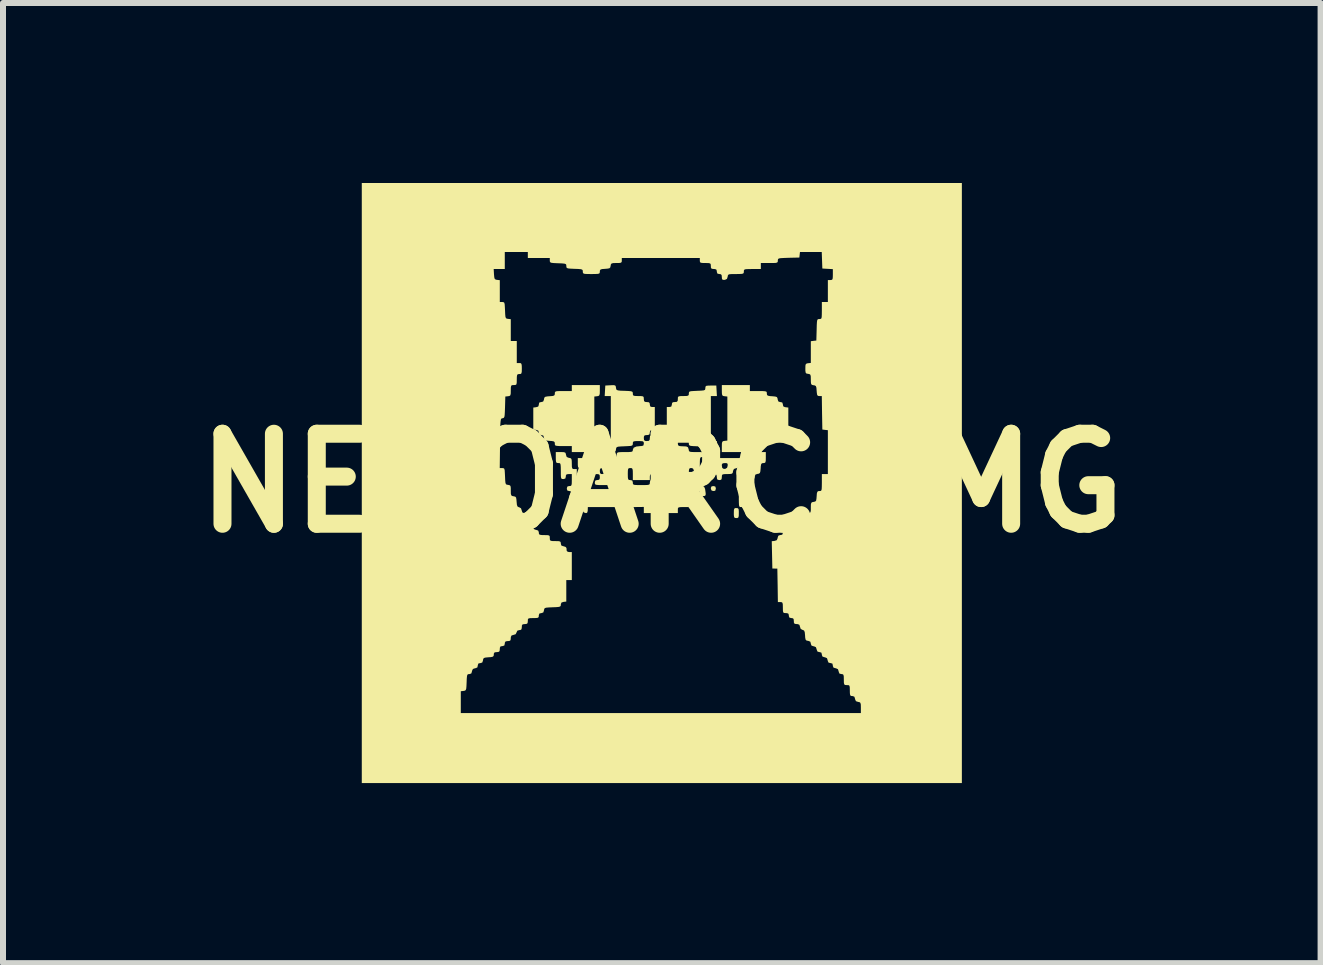
<source format=kicad_pcb>
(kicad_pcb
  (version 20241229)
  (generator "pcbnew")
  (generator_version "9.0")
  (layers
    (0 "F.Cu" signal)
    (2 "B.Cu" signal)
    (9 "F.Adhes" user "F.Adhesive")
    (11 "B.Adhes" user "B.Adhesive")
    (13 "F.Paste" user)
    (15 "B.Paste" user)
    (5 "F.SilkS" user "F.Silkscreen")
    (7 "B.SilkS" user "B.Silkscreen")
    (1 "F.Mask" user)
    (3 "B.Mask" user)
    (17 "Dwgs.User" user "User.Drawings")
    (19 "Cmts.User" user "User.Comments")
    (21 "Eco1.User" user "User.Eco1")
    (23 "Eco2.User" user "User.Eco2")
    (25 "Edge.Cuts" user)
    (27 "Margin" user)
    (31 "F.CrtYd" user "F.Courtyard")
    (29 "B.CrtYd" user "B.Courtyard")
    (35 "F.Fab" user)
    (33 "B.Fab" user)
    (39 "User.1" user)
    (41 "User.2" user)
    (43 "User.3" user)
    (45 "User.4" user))
  (footprint "NECOARC_IMG"
    (layer "F.Cu")
    (at 7.979 5)
    (property "Reference" "NECOARC_IMG" (at 0 0 0) (layer "F.SilkS") (effects (font (size 1.5 1.5) (thickness 0.3))))
    (attr board_only exclude_from_pos_files exclude_from_bom)
    (fp_poly (pts (xy 0.89 0.057) (xy 0.9 0.084) (xy 0.9 0.092) (xy 0.892 0.125) (xy 0.869 0.133) (xy 0.838 0.128) (xy 0.828 0.122) (xy 0.818 0.098) (xy 0.817 0.081) (xy 0.828 0.056) (xy 0.858 0.05)) (stroke (width 0) (type solid)) (fill yes) (layer "F.SilkS"))
    (fp_poly (pts (xy 0.623 0.24) (xy 0.633 0.267) (xy 0.633 0.275) (xy 0.626 0.307) (xy 0.599 0.316) (xy 0.592 0.317) (xy 0.56 0.31) (xy 0.55 0.283) (xy 0.55 0.275) (xy 0.557 0.243) (xy 0.584 0.234) (xy 0.592 0.233)) (stroke (width 0) (type solid)) (fill yes) (layer "F.SilkS"))
    (fp_poly (pts (xy -1.238 0.331) (xy -1.234 0.362) (xy -1.233 0.407) (xy -1.235 0.461) (xy -1.241 0.488) (xy -1.254 0.499) (xy -1.267 0.5) (xy -1.299 0.49) (xy -1.31 0.477) (xy -1.315 0.446) (xy -1.314 0.399) (xy -1.314 0.389) (xy -1.306 0.345) (xy -1.289 0.325) (xy -1.271 0.32) (xy -1.249 0.319)) (stroke (width 0) (type solid)) (fill yes) (layer "F.SilkS"))
    (fp_poly (pts (xy 1.266 0.419) (xy 1.279 0.433) (xy 1.283 0.467) (xy 1.283 0.5) (xy 1.282 0.549) (xy 1.275 0.574) (xy 1.258 0.583) (xy 1.242 0.583) (xy 1.217 0.581) (xy 1.205 0.567) (xy 1.2 0.533) (xy 1.2 0.5) (xy 1.201 0.451) (xy 1.208 0.426) (xy 1.225 0.417) (xy 1.242 0.417)) (stroke (width 0) (type solid)) (fill yes) (layer "F.SilkS"))
    (fp_poly (pts (xy 1.346 0.135) (xy 1.358 0.144) (xy 1.364 0.167) (xy 1.366 0.21) (xy 1.367 0.267) (xy 1.366 0.333) (xy 1.363 0.372) (xy 1.356 0.392) (xy 1.343 0.399) (xy 1.325 0.4) (xy 1.304 0.399) (xy 1.292 0.39) (xy 1.286 0.367) (xy 1.284 0.323) (xy 1.283 0.267) (xy 1.284 0.201) (xy 1.287 0.161) (xy 1.294 0.141) (xy 1.307 0.134) (xy 1.325 0.133)) (stroke (width 0) (type solid)) (fill yes) (layer "F.SilkS"))
    (fp_poly (pts (xy 1.733 -0.425) (xy 1.732 -0.372) (xy 1.726 -0.345) (xy 1.712 -0.335) (xy 1.693 -0.333) (xy 1.669 -0.33) (xy 1.656 -0.316) (xy 1.649 -0.281) (xy 1.647 -0.246) (xy 1.642 -0.195) (xy 1.634 -0.168) (xy 1.616 -0.156) (xy 1.596 -0.153) (xy 1.561 -0.142) (xy 1.55 -0.115) (xy 1.55 -0.107) (xy 1.543 -0.076) (xy 1.514 -0.067) (xy 1.509 -0.067) (xy 1.486 -0.064) (xy 1.473 -0.051) (xy 1.467 -0.019) (xy 1.463 0.029) (xy 1.459 0.084) (xy 1.451 0.114) (xy 1.436 0.127) (xy 1.421 0.13) (xy 1.405 0.131) (xy 1.394 0.125) (xy 1.387 0.107) (xy 1.384 0.07) (xy 1.383 0.009) (xy 1.383 -0.049) (xy 1.383 -0.233) (xy 1.425 -0.233) (xy 1.445 -0.235) (xy 1.457 -0.243) (xy 1.464 -0.265) (xy 1.466 -0.307) (xy 1.467 -0.375) (xy 1.467 -0.517) (xy 1.6 -0.517) (xy 1.733 -0.517)) (stroke (width 0) (type solid)) (fill yes) (layer "F.SilkS"))
    (fp_poly (pts (xy 1.367 -0.375) (xy 1.36 -0.343) (xy 1.333 -0.334) (xy 1.325 -0.333) (xy 1.293 -0.326) (xy 1.283 -0.299) (xy 1.283 -0.293) (xy 1.276 -0.261) (xy 1.247 -0.248) (xy 1.238 -0.247) (xy 1.202 -0.235) (xy 1.187 -0.203) (xy 1.186 -0.196) (xy 1.181 -0.169) (xy 1.167 -0.156) (xy 1.136 -0.151) (xy 1.091 -0.15) (xy 1.039 -0.149) (xy 1.012 -0.143) (xy 1.002 -0.129) (xy 1 -0.1) (xy 0.996 -0.064) (xy 0.976 -0.051) (xy 0.958 -0.05) (xy 0.928 -0.056) (xy 0.918 -0.079) (xy 0.917 -0.099) (xy 0.911 -0.135) (xy 0.889 -0.15) (xy 0.871 -0.153) (xy 0.835 -0.165) (xy 0.821 -0.197) (xy 0.82 -0.204) (xy 0.809 -0.239) (xy 0.782 -0.25) (xy 0.774 -0.25) (xy 0.75 -0.253) (xy 0.738 -0.267) (xy 0.735 -0.294) (xy 1 -0.294) (xy 1.007 -0.252) (xy 1.032 -0.236) (xy 1.058 -0.237) (xy 1.087 -0.255) (xy 1.097 -0.287) (xy 1.097 -0.32) (xy 1.08 -0.332) (xy 1.051 -0.333) (xy 1.015 -0.329) (xy 1.001 -0.311) (xy 1 -0.294) (xy 0.735 -0.294) (xy 0.734 -0.301) (xy 0.733 -0.333) (xy 0.733 -0.417) (xy 1.05 -0.417) (xy 1.367 -0.417)) (stroke (width 0) (type solid)) (fill yes) (layer "F.SilkS"))
    (fp_poly (pts (xy -1.033 -1.543) (xy -1.034 -1.491) (xy -1.041 -1.463) (xy -1.056 -1.451) (xy -1.079 -1.447) (xy -1.125 -1.442) (xy -1.125 -1.075) (xy -1.125 -0.708) (xy -1.079 -0.703) (xy -1.053 -0.698) (xy -1.039 -0.684) (xy -1.034 -0.653) (xy -1.033 -0.607) (xy -1.033 -0.517) (xy -1.267 -0.517) (xy -1.5 -0.517) (xy -1.5 -0.567) (xy -1.5 -0.617) (xy -1.642 -0.617) (xy -1.71 -0.617) (xy -1.752 -0.62) (xy -1.774 -0.626) (xy -1.782 -0.638) (xy -1.783 -0.657) (xy -1.786 -0.681) (xy -1.801 -0.694) (xy -1.835 -0.701) (xy -1.871 -0.703) (xy -1.922 -0.708) (xy -1.949 -0.716) (xy -1.96 -0.734) (xy -1.964 -0.754) (xy -1.974 -0.789) (xy -2.001 -0.8) (xy -2.009 -0.8) (xy -2.041 -0.807) (xy -2.05 -0.836) (xy -2.05 -0.841) (xy -2.058 -0.872) (xy -2.087 -0.885) (xy -2.096 -0.886) (xy -2.142 -0.892) (xy -2.142 -1.075) (xy -2.142 -1.258) (xy -2.096 -1.264) (xy -2.061 -1.274) (xy -2.05 -1.301) (xy -2.05 -1.309) (xy -2.043 -1.341) (xy -2.014 -1.35) (xy -2.009 -1.35) (xy -1.978 -1.358) (xy -1.965 -1.387) (xy -1.964 -1.396) (xy -1.958 -1.423) (xy -1.943 -1.437) (xy -1.909 -1.444) (xy -1.871 -1.447) (xy -1.82 -1.451) (xy -1.794 -1.459) (xy -1.784 -1.476) (xy -1.783 -1.493) (xy -1.782 -1.512) (xy -1.773 -1.524) (xy -1.751 -1.531) (xy -1.708 -1.533) (xy -1.642 -1.533) (xy -1.5 -1.533) (xy -1.5 -1.583) (xy -1.5 -1.633) (xy -1.267 -1.633) (xy -1.033 -1.633)) (stroke (width 0) (type solid)) (fill yes) (layer "F.SilkS"))
    (fp_poly (pts (xy 1.467 -1.583) (xy 1.467 -1.533) (xy 1.608 -1.533) (xy 1.677 -1.533) (xy 1.719 -1.53) (xy 1.741 -1.524) (xy 1.749 -1.512) (xy 1.75 -1.493) (xy 1.753 -1.469) (xy 1.768 -1.456) (xy 1.802 -1.449) (xy 1.837 -1.447) (xy 1.889 -1.442) (xy 1.916 -1.434) (xy 1.927 -1.416) (xy 1.93 -1.396) (xy 1.941 -1.361) (xy 1.968 -1.35) (xy 1.976 -1.35) (xy 2.007 -1.343) (xy 2.017 -1.314) (xy 2.017 -1.309) (xy 2.024 -1.278) (xy 2.053 -1.265) (xy 2.062 -1.264) (xy 2.108 -1.258) (xy 2.108 -1.075) (xy 2.108 -0.892) (xy 2.062 -0.886) (xy 2.028 -0.876) (xy 2.017 -0.849) (xy 2.017 -0.841) (xy 2.009 -0.809) (xy 1.981 -0.8) (xy 1.976 -0.8) (xy 1.945 -0.792) (xy 1.932 -0.763) (xy 1.93 -0.754) (xy 1.924 -0.727) (xy 1.909 -0.713) (xy 1.876 -0.706) (xy 1.837 -0.703) (xy 1.786 -0.699) (xy 1.76 -0.691) (xy 1.751 -0.674) (xy 1.75 -0.657) (xy 1.749 -0.638) (xy 1.74 -0.626) (xy 1.718 -0.619) (xy 1.675 -0.617) (xy 1.608 -0.617) (xy 1.467 -0.617) (xy 1.467 -0.567) (xy 1.467 -0.517) (xy 1.233 -0.517) (xy 1 -0.517) (xy 1 -0.607) (xy 1.001 -0.659) (xy 1.007 -0.687) (xy 1.023 -0.699) (xy 1.046 -0.703) (xy 1.092 -0.708) (xy 1.092 -1.075) (xy 1.092 -1.442) (xy 1.046 -1.447) (xy 1.019 -1.452) (xy 1.006 -1.466) (xy 1.001 -1.497) (xy 1 -1.543) (xy 1 -1.633) (xy 1.233 -1.633) (xy 1.467 -1.633)) (stroke (width 0) (type solid)) (fill yes) (layer "F.SilkS"))
    (fp_poly (pts (xy -1.635 -0.515) (xy -1.61 -0.508) (xy -1.6 -0.489) (xy -1.597 -0.471) (xy -1.585 -0.435) (xy -1.553 -0.421) (xy -1.546 -0.42) (xy -1.519 -0.414) (xy -1.506 -0.401) (xy -1.501 -0.37) (xy -1.5 -0.324) (xy -1.499 -0.272) (xy -1.493 -0.245) (xy -1.479 -0.235) (xy -1.458 -0.233) (xy -1.417 -0.233) (xy -1.417 -0.05) (xy -1.417 0.133) (xy -1.367 0.133) (xy -1.338 0.135) (xy -1.323 0.145) (xy -1.318 0.172) (xy -1.317 0.224) (xy -1.317 0.225) (xy -1.318 0.277) (xy -1.323 0.305) (xy -1.338 0.315) (xy -1.358 0.317) (xy -1.388 0.311) (xy -1.399 0.288) (xy -1.4 0.267) (xy -1.404 0.231) (xy -1.424 0.218) (xy -1.45 0.217) (xy -1.486 0.212) (xy -1.499 0.193) (xy -1.5 0.175) (xy -1.507 0.143) (xy -1.534 0.134) (xy -1.542 0.133) (xy -1.573 0.126) (xy -1.583 0.099) (xy -1.583 0.092) (xy -1.576 0.06) (xy -1.549 0.05) (xy -1.542 0.05) (xy -1.519 0.048) (xy -1.506 0.036) (xy -1.501 0.007) (xy -1.5 -0.046) (xy -1.5 -0.05) (xy -1.5 -0.15) (xy -1.55 -0.15) (xy -1.586 -0.146) (xy -1.599 -0.126) (xy -1.6 -0.108) (xy -1.607 -0.077) (xy -1.634 -0.067) (xy -1.642 -0.067) (xy -1.662 -0.068) (xy -1.675 -0.077) (xy -1.681 -0.1) (xy -1.683 -0.144) (xy -1.683 -0.2) (xy -1.684 -0.266) (xy -1.687 -0.306) (xy -1.694 -0.326) (xy -1.707 -0.333) (xy -1.725 -0.333) (xy -1.749 -0.336) (xy -1.761 -0.348) (xy -1.766 -0.379) (xy -1.767 -0.425) (xy -1.767 -0.517) (xy -1.684 -0.517)) (stroke (width 0) (type solid)) (fill yes) (layer "F.SilkS"))
    (fp_poly (pts (xy -0.778 -1.627) (xy -0.768 -1.612) (xy -0.764 -1.588) (xy -0.76 -1.565) (xy -0.75 -1.551) (xy -0.728 -1.544) (xy -0.686 -1.539) (xy -0.621 -1.537) (xy -0.553 -1.534) (xy -0.513 -1.53) (xy -0.492 -1.522) (xy -0.484 -1.508) (xy -0.483 -1.491) (xy -0.481 -1.468) (xy -0.468 -1.455) (xy -0.437 -1.451) (xy -0.392 -1.45) (xy -0.339 -1.449) (xy -0.312 -1.444) (xy -0.302 -1.429) (xy -0.3 -1.401) (xy -0.3 -1.4) (xy -0.296 -1.365) (xy -0.276 -1.352) (xy -0.25 -1.35) (xy -0.214 -1.346) (xy -0.201 -1.326) (xy -0.2 -1.308) (xy -0.193 -1.277) (xy -0.166 -1.267) (xy -0.158 -1.267) (xy -0.117 -1.267) (xy -0.117 -1.075) (xy -0.117 -0.883) (xy -0.017 -0.883) (xy 0.083 -0.883) (xy 0.083 -1.075) (xy 0.083 -1.267) (xy 0.125 -1.267) (xy 0.157 -1.274) (xy 0.166 -1.301) (xy 0.167 -1.308) (xy 0.172 -1.338) (xy 0.195 -1.349) (xy 0.217 -1.35) (xy 0.252 -1.354) (xy 0.265 -1.374) (xy 0.267 -1.4) (xy 0.268 -1.429) (xy 0.278 -1.443) (xy 0.305 -1.449) (xy 0.357 -1.45) (xy 0.358 -1.45) (xy 0.411 -1.451) (xy 0.438 -1.457) (xy 0.449 -1.471) (xy 0.45 -1.491) (xy 0.452 -1.511) (xy 0.461 -1.524) (xy 0.485 -1.531) (xy 0.529 -1.534) (xy 0.588 -1.537) (xy 0.655 -1.54) (xy 0.696 -1.544) (xy 0.717 -1.552) (xy 0.724 -1.565) (xy 0.725 -1.583) (xy 0.728 -1.607) (xy 0.741 -1.62) (xy 0.772 -1.624) (xy 0.817 -1.625) (xy 0.908 -1.625) (xy 0.913 -1.538) (xy 0.918 -1.45) (xy 0.868 -1.45) (xy 0.817 -1.45) (xy 0.817 -1.075) (xy 0.817 -0.7) (xy 0.868 -0.7) (xy 0.918 -0.7) (xy 0.913 -0.613) (xy 0.908 -0.525) (xy 0.822 -0.52) (xy 0.771 -0.518) (xy 0.745 -0.523) (xy 0.734 -0.538) (xy 0.73 -0.562) (xy 0.727 -0.585) (xy 0.717 -0.599) (xy 0.695 -0.606) (xy 0.652 -0.611) (xy 0.588 -0.613) (xy 0.52 -0.616) (xy 0.479 -0.62) (xy 0.459 -0.628) (xy 0.451 -0.642) (xy 0.45 -0.659) (xy 0.448 -0.682) (xy 0.435 -0.695) (xy 0.403 -0.699) (xy 0.358 -0.7) (xy 0.306 -0.699) (xy 0.278 -0.693) (xy 0.268 -0.679) (xy 0.267 -0.658) (xy 0.272 -0.629) (xy 0.294 -0.617) (xy 0.321 -0.614) (xy 0.37 -0.612) (xy 0.408 -0.61) (xy 0.436 -0.596) (xy 0.447 -0.562) (xy 0.451 -0.54) (xy 0.46 -0.526) (xy 0.483 -0.519) (xy 0.526 -0.517) (xy 0.584 -0.517) (xy 0.65 -0.516) (xy 0.69 -0.513) (xy 0.709 -0.506) (xy 0.716 -0.492) (xy 0.717 -0.475) (xy 0.71 -0.443) (xy 0.683 -0.434) (xy 0.675 -0.433) (xy 0.655 -0.432) (xy 0.643 -0.424) (xy 0.636 -0.402) (xy 0.634 -0.36) (xy 0.633 -0.292) (xy 0.634 -0.223) (xy 0.636 -0.181) (xy 0.643 -0.159) (xy 0.655 -0.151) (xy 0.674 -0.15) (xy 0.716 -0.141) (xy 0.73 -0.112) (xy 0.725 -0.083) (xy 0.701 -0.055) (xy 0.673 -0.05) (xy 0.643 -0.045) (xy 0.635 -0.023) (xy 0.636 -0.004) (xy 0.651 0.034) (xy 0.677 0.047) (xy 0.704 0.06) (xy 0.72 0.096) (xy 0.723 0.113) (xy 0.731 0.17) (xy 0.73 0.201) (xy 0.716 0.214) (xy 0.687 0.217) (xy 0.683 0.217) (xy 0.648 0.212) (xy 0.635 0.193) (xy 0.633 0.175) (xy 0.628 0.145) (xy 0.605 0.134) (xy 0.583 0.133) (xy 0.548 0.138) (xy 0.535 0.157) (xy 0.533 0.175) (xy 0.526 0.207) (xy 0.499 0.216) (xy 0.492 0.217) (xy 0.46 0.21) (xy 0.45 0.183) (xy 0.45 0.175) (xy 0.445 0.145) (xy 0.422 0.134) (xy 0.399 0.133) (xy 0.364 0.137) (xy 0.352 0.153) (xy 0.353 0.179) (xy 0.365 0.215) (xy 0.397 0.229) (xy 0.404 0.23) (xy 0.432 0.236) (xy 0.445 0.251) (xy 0.45 0.285) (xy 0.45 0.318) (xy 0.45 0.4) (xy 0.358 0.4) (xy 0.306 0.401) (xy 0.279 0.406) (xy 0.268 0.421) (xy 0.267 0.449) (xy 0.267 0.45) (xy 0.267 0.5) (xy -0.017 0.5) (xy -0.3 0.5) (xy -0.3 0.449) (xy -0.3 0.398) (xy -0.463 0.4) (xy -0.534 0.401) (xy -0.595 0.401) (xy -0.635 0.401) (xy -0.646 0.401) (xy -0.662 0.386) (xy -0.667 0.359) (xy -0.674 0.328) (xy -0.703 0.315) (xy -0.713 0.314) (xy -0.747 0.303) (xy -0.758 0.276) (xy -0.759 0.267) (xy -0.762 0.242) (xy -0.776 0.229) (xy -0.81 0.223) (xy -0.846 0.22) (xy -0.897 0.216) (xy -0.923 0.207) (xy -0.932 0.191) (xy -0.933 0.174) (xy -0.926 0.143) (xy -0.899 0.133) (xy -0.892 0.133) (xy -0.862 0.128) (xy -0.851 0.105) (xy -0.85 0.083) (xy -0.85 0.033) (xy -0.983 0.033) (xy -1.049 0.033) (xy -1.089 0.03) (xy -1.109 0.023) (xy -1.116 0.009) (xy -1.117 -0.008) (xy -1.11 -0.04) (xy -1.083 -0.05) (xy -1.075 -0.05) (xy -1.045 -0.055) (xy -1.034 -0.078) (xy -1.033 -0.1) (xy -1.037 -0.135) (xy -1.057 -0.148) (xy -1.083 -0.15) (xy -1.119 -0.146) (xy -1.132 -0.126) (xy -1.133 -0.108) (xy -1.14 -0.077) (xy -1.167 -0.067) (xy -1.175 -0.067) (xy -1.207 -0.074) (xy -1.217 -0.101) (xy -1.217 -0.107) (xy -1.224 -0.139) (xy -1.253 -0.152) (xy -1.262 -0.153) (xy -1.298 -0.165) (xy -1.313 -0.197) (xy -1.313 -0.2) (xy -1.033 -0.2) (xy -1.029 -0.164) (xy -1.01 -0.151) (xy -0.992 -0.15) (xy -0.567 -0.15) (xy -0.566 -0.095) (xy -0.561 -0.065) (xy -0.549 -0.052) (xy -0.526 -0.05) (xy -0.525 -0.05) (xy -0.493 -0.043) (xy -0.484 -0.016) (xy -0.483 -0.008) (xy -0.482 0.012) (xy -0.474 0.024) (xy -0.452 0.031) (xy -0.41 0.033) (xy -0.342 0.033) (xy -0.273 0.033) (xy -0.231 0.031) (xy -0.209 0.024) (xy -0.201 0.012) (xy -0.2 -0.008) (xy -0.193 -0.04) (xy -0.166 -0.05) (xy -0.158 -0.05) (xy -0.129 -0.055) (xy -0.118 -0.078) (xy -0.117 -0.1) (xy -0.117 -0.15) (xy -0.017 -0.15) (xy 0.083 -0.15) (xy 0.083 -0.1) (xy 0.088 -0.064) (xy 0.107 -0.051) (xy 0.125 -0.05) (xy 0.157 -0.043) (xy 0.167 -0.016) (xy 0.167 -0.009) (xy 0.169 0.013) (xy 0.181 0.026) (xy 0.211 0.033) (xy 0.266 0.037) (xy 0.271 0.038) (xy 0.329 0.04) (xy 0.376 0.04) (xy 0.397 0.038) (xy 0.429 0.034) (xy 0.435 0.033) (xy 0.446 0.019) (xy 0.45 -0.008) (xy 0.457 -0.04) (xy 0.484 -0.05) (xy 0.491 -0.05) (xy 0.524 -0.055) (xy 0.542 -0.073) (xy 0.546 -0.111) (xy 0.54 -0.166) (xy 0.532 -0.216) (xy 0.52 -0.241) (xy 0.501 -0.249) (xy 0.49 -0.25) (xy 0.468 -0.248) (xy 0.456 -0.235) (xy 0.451 -0.205) (xy 0.45 -0.15) (xy 0.45 -0.05) (xy 0.308 -0.05) (xy 0.167 -0.05) (xy 0.167 -0.1) (xy 0.162 -0.136) (xy 0.143 -0.149) (xy 0.126 -0.15) (xy 0.095 -0.158) (xy 0.082 -0.187) (xy 0.08 -0.196) (xy 0.075 -0.222) (xy 0.061 -0.236) (xy 0.031 -0.241) (xy -0.017 -0.242) (xy -0.069 -0.241) (xy -0.097 -0.235) (xy -0.109 -0.22) (xy -0.114 -0.196) (xy -0.124 -0.161) (xy -0.151 -0.15) (xy -0.159 -0.15) (xy -0.188 -0.144) (xy -0.199 -0.121) (xy -0.2 -0.1) (xy -0.2 -0.05) (xy -0.342 -0.05) (xy -0.483 -0.05) (xy -0.483 -0.15) (xy -0.484 -0.205) (xy -0.489 -0.235) (xy -0.501 -0.248) (xy -0.524 -0.25) (xy -0.525 -0.25) (xy -0.548 -0.248) (xy -0.561 -0.236) (xy -0.566 -0.207) (xy -0.567 -0.154) (xy -0.567 -0.15) (xy -0.992 -0.15) (xy -0.962 -0.155) (xy -0.951 -0.178) (xy -0.95 -0.2) (xy -0.954 -0.236) (xy -0.974 -0.249) (xy -0.992 -0.25) (xy -1.021 -0.245) (xy -1.032 -0.222) (xy -1.033 -0.2) (xy -1.313 -0.2) (xy -1.314 -0.204) (xy -1.324 -0.239) (xy -1.351 -0.25) (xy -1.359 -0.25) (xy -1.384 -0.253) (xy -1.396 -0.267) (xy -1.4 -0.301) (xy -1.4 -0.333) (xy -1.4 -0.416) (xy -1.079 -0.42) (xy -0.758 -0.425) (xy -0.753 -0.471) (xy -0.749 -0.494) (xy -0.74 -0.507) (xy -0.717 -0.514) (xy -0.674 -0.516) (xy -0.616 -0.517) (xy -0.55 -0.517) (xy -0.51 -0.52) (xy -0.491 -0.527) (xy -0.484 -0.541) (xy -0.483 -0.556) (xy -0.469 -0.589) (xy -0.424 -0.609) (xy -0.349 -0.617) (xy -0.34 -0.617) (xy -0.309 -0.624) (xy -0.3 -0.652) (xy -0.3 -0.658) (xy -0.302 -0.682) (xy -0.315 -0.695) (xy -0.346 -0.699) (xy -0.392 -0.7) (xy -0.444 -0.699) (xy -0.472 -0.693) (xy -0.482 -0.679) (xy -0.483 -0.659) (xy -0.485 -0.639) (xy -0.494 -0.626) (xy -0.518 -0.619) (xy -0.563 -0.616) (xy -0.621 -0.613) (xy -0.688 -0.61) (xy -0.729 -0.606) (xy -0.751 -0.598) (xy -0.76 -0.584) (xy -0.764 -0.562) (xy -0.769 -0.535) (xy -0.782 -0.521) (xy -0.812 -0.518) (xy -0.855 -0.52) (xy -0.942 -0.525) (xy -0.947 -0.613) (xy -0.952 -0.7) (xy -0.901 -0.7) (xy -0.85 -0.7) (xy -0.85 -0.75) (xy -0.3 -0.75) (xy -0.296 -0.715) (xy -0.276 -0.702) (xy -0.25 -0.7) (xy -0.215 -0.704) (xy -0.202 -0.724) (xy -0.2 -0.75) (xy -0.196 -0.786) (xy -0.176 -0.799) (xy -0.158 -0.8) (xy -0.127 -0.807) (xy -0.117 -0.834) (xy -0.117 -0.842) (xy 0.083 -0.842) (xy 0.09 -0.81) (xy 0.117 -0.8) (xy 0.125 -0.8) (xy 0.157 -0.793) (xy 0.167 -0.766) (xy 0.167 -0.761) (xy 0.173 -0.72) (xy 0.198 -0.702) (xy 0.228 -0.7) (xy 0.256 -0.706) (xy 0.266 -0.731) (xy 0.267 -0.75) (xy 0.263 -0.785) (xy 0.243 -0.798) (xy 0.217 -0.8) (xy 0.181 -0.804) (xy 0.168 -0.824) (xy 0.167 -0.842) (xy 0.16 -0.873) (xy 0.133 -0.883) (xy 0.125 -0.883) (xy 0.093 -0.876) (xy 0.084 -0.849) (xy 0.083 -0.842) (xy -0.117 -0.842) (xy -0.124 -0.873) (xy -0.151 -0.883) (xy -0.158 -0.883) (xy -0.19 -0.876) (xy -0.2 -0.849) (xy -0.2 -0.842) (xy -0.205 -0.812) (xy -0.228 -0.801) (xy -0.25 -0.8) (xy -0.285 -0.796) (xy -0.298 -0.776) (xy -0.3 -0.75) (xy -0.85 -0.75) (xy -0.85 -1.075) (xy -0.85 -1.45) (xy -0.901 -1.45) (xy -0.952 -1.45) (xy -0.947 -1.538) (xy -0.942 -1.625) (xy -0.855 -1.63) (xy -0.805 -1.632)) (stroke (width 0) (type solid)) (fill yes) (layer "F.SilkS"))
    (fp_poly (pts (xy 5 0) (xy 5 5) (xy 0 5) (xy -5 5) (xy -5 3.833) (xy -3.35 3.833) (xy -0.017 3.833) (xy 3.317 3.833) (xy 3.317 3.743) (xy 3.316 3.691) (xy 3.309 3.663) (xy 3.294 3.651) (xy 3.271 3.647) (xy 3.235 3.635) (xy 3.221 3.603) (xy 3.22 3.596) (xy 3.209 3.561) (xy 3.182 3.55) (xy 3.174 3.55) (xy 3.151 3.547) (xy 3.139 3.534) (xy 3.134 3.503) (xy 3.133 3.458) (xy 3.132 3.406) (xy 3.127 3.379) (xy 3.112 3.368) (xy 3.084 3.367) (xy 3.083 3.367) (xy 3.055 3.365) (xy 3.04 3.355) (xy 3.034 3.328) (xy 3.033 3.276) (xy 3.033 3.275) (xy 3.032 3.222) (xy 3.026 3.195) (xy 3.012 3.185) (xy 2.993 3.183) (xy 2.961 3.176) (xy 2.948 3.147) (xy 2.947 3.138) (xy 2.935 3.102) (xy 2.903 3.087) (xy 2.896 3.086) (xy 2.861 3.076) (xy 2.85 3.049) (xy 2.85 3.041) (xy 2.843 3.009) (xy 2.814 3) (xy 2.809 3) (xy 2.778 2.992) (xy 2.765 2.963) (xy 2.764 2.954) (xy 2.752 2.918) (xy 2.72 2.904) (xy 2.712 2.903) (xy 2.678 2.892) (xy 2.667 2.865) (xy 2.667 2.857) (xy 2.659 2.826) (xy 2.631 2.817) (xy 2.626 2.817) (xy 2.595 2.809) (xy 2.582 2.78) (xy 2.58 2.771) (xy 2.568 2.735) (xy 2.537 2.721) (xy 2.529 2.72) (xy 2.495 2.709) (xy 2.484 2.682) (xy 2.483 2.675) (xy 2.475 2.644) (xy 2.445 2.631) (xy 2.438 2.63) (xy 2.41 2.624) (xy 2.396 2.609) (xy 2.389 2.575) (xy 2.387 2.539) (xy 2.382 2.487) (xy 2.372 2.46) (xy 2.354 2.449) (xy 2.345 2.447) (xy 2.314 2.43) (xy 2.303 2.396) (xy 2.293 2.363) (xy 2.268 2.351) (xy 2.249 2.35) (xy 2.214 2.346) (xy 2.201 2.326) (xy 2.2 2.3) (xy 2.196 2.264) (xy 2.176 2.251) (xy 2.158 2.25) (xy 2.127 2.243) (xy 2.117 2.216) (xy 2.117 2.208) (xy 2.111 2.179) (xy 2.088 2.168) (xy 2.067 2.167) (xy 2.038 2.165) (xy 2.023 2.155) (xy 2.018 2.128) (xy 2.017 2.076) (xy 2.017 2.075) (xy 2.016 2.022) (xy 2.01 1.995) (xy 1.996 1.985) (xy 1.975 1.983) (xy 1.934 1.983) (xy 1.93 1.704) (xy 1.925 1.425) (xy 1.883 1.425) (xy 1.842 1.424) (xy 1.837 1.197) (xy 1.832 0.969) (xy 1.879 0.964) (xy 1.915 0.952) (xy 1.929 0.921) (xy 1.93 0.912) (xy 1.941 0.878) (xy 1.968 0.867) (xy 1.976 0.867) (xy 2.007 0.86) (xy 2.017 0.832) (xy 2.017 0.825) (xy 2.019 0.801) (xy 2.032 0.789) (xy 2.063 0.784) (xy 2.107 0.783) (xy 2.159 0.782) (xy 2.187 0.776) (xy 2.199 0.761) (xy 2.203 0.738) (xy 2.215 0.702) (xy 2.247 0.687) (xy 2.254 0.686) (xy 2.289 0.676) (xy 2.3 0.649) (xy 2.3 0.641) (xy 2.307 0.609) (xy 2.336 0.6) (xy 2.341 0.6) (xy 2.372 0.592) (xy 2.385 0.563) (xy 2.386 0.554) (xy 2.398 0.518) (xy 2.43 0.504) (xy 2.438 0.503) (xy 2.464 0.498) (xy 2.478 0.484) (xy 2.483 0.453) (xy 2.483 0.408) (xy 2.484 0.356) (xy 2.491 0.329) (xy 2.507 0.318) (xy 2.529 0.314) (xy 2.556 0.308) (xy 2.571 0.293) (xy 2.577 0.259) (xy 2.58 0.221) (xy 2.584 0.17) (xy 2.593 0.144) (xy 2.609 0.134) (xy 2.626 0.133) (xy 2.646 0.132) (xy 2.658 0.123) (xy 2.664 0.101) (xy 2.666 0.058) (xy 2.667 -0.008) (xy 2.667 -0.15) (xy 2.717 -0.15) (xy 2.767 -0.15) (xy 2.767 -0.516) (xy 2.767 -0.881) (xy 2.721 -0.886) (xy 2.675 -0.892) (xy 2.67 -1.171) (xy 2.666 -1.45) (xy 2.625 -1.45) (xy 2.602 -1.453) (xy 2.589 -1.468) (xy 2.583 -1.503) (xy 2.58 -1.538) (xy 2.576 -1.589) (xy 2.567 -1.616) (xy 2.549 -1.627) (xy 2.529 -1.63) (xy 2.503 -1.636) (xy 2.489 -1.649) (xy 2.484 -1.681) (xy 2.483 -1.725) (xy 2.482 -1.777) (xy 2.476 -1.804) (xy 2.46 -1.816) (xy 2.438 -1.82) (xy 2.41 -1.825) (xy 2.397 -1.84) (xy 2.392 -1.873) (xy 2.392 -1.908) (xy 2.393 -1.958) (xy 2.4 -1.983) (xy 2.418 -1.994) (xy 2.438 -1.997) (xy 2.483 -2.002) (xy 2.483 -2.183) (xy 2.483 -2.364) (xy 2.529 -2.37) (xy 2.575 -2.375) (xy 2.58 -2.554) (xy 2.582 -2.633) (xy 2.585 -2.685) (xy 2.59 -2.715) (xy 2.599 -2.729) (xy 2.613 -2.733) (xy 2.626 -2.733) (xy 2.645 -2.735) (xy 2.658 -2.743) (xy 2.664 -2.765) (xy 2.666 -2.808) (xy 2.667 -2.875) (xy 2.667 -3.017) (xy 2.717 -3.017) (xy 2.767 -3.017) (xy 2.767 -3.2) (xy 2.767 -3.383) (xy 2.808 -3.383) (xy 2.832 -3.386) (xy 2.845 -3.398) (xy 2.849 -3.43) (xy 2.85 -3.474) (xy 2.85 -3.565) (xy 2.763 -3.57) (xy 2.675 -3.575) (xy 2.67 -3.712) (xy 2.665 -3.85) (xy 2.484 -3.85) (xy 2.302 -3.85) (xy 2.297 -3.804) (xy 2.292 -3.758) (xy 2.112 -3.754) (xy 2.034 -3.751) (xy 1.982 -3.748) (xy 1.952 -3.743) (xy 1.938 -3.734) (xy 1.934 -3.72) (xy 1.933 -3.708) (xy 1.932 -3.688) (xy 1.923 -3.676) (xy 1.901 -3.669) (xy 1.859 -3.667) (xy 1.792 -3.667) (xy 1.65 -3.667) (xy 1.65 -3.617) (xy 1.65 -3.567) (xy 1.508 -3.567) (xy 1.44 -3.566) (xy 1.398 -3.564) (xy 1.376 -3.557) (xy 1.368 -3.545) (xy 1.367 -3.525) (xy 1.365 -3.504) (xy 1.356 -3.492) (xy 1.333 -3.486) (xy 1.289 -3.484) (xy 1.234 -3.483) (xy 1.169 -3.483) (xy 1.129 -3.48) (xy 1.109 -3.473) (xy 1.1 -3.458) (xy 1.097 -3.438) (xy 1.085 -3.402) (xy 1.053 -3.387) (xy 1.046 -3.386) (xy 1.014 -3.387) (xy 1.002 -3.404) (xy 1 -3.432) (xy 0.996 -3.468) (xy 0.977 -3.482) (xy 0.958 -3.483) (xy 0.927 -3.49) (xy 0.917 -3.517) (xy 0.917 -3.525) (xy 0.911 -3.555) (xy 0.888 -3.566) (xy 0.867 -3.567) (xy 0.831 -3.571) (xy 0.818 -3.59) (xy 0.817 -3.617) (xy 0.815 -3.645) (xy 0.805 -3.66) (xy 0.778 -3.666) (xy 0.726 -3.667) (xy 0.725 -3.667) (xy 0.672 -3.668) (xy 0.645 -3.673) (xy 0.635 -3.688) (xy 0.633 -3.708) (xy 0.633 -3.75) (xy -0.017 -3.75) (xy -0.667 -3.75) (xy -0.667 -3.708) (xy -0.669 -3.684) (xy -0.682 -3.672) (xy -0.713 -3.667) (xy -0.757 -3.667) (xy -0.809 -3.666) (xy -0.837 -3.659) (xy -0.849 -3.644) (xy -0.853 -3.621) (xy -0.859 -3.594) (xy -0.874 -3.579) (xy -0.908 -3.573) (xy -0.946 -3.57) (xy -0.997 -3.566) (xy -1.023 -3.557) (xy -1.032 -3.541) (xy -1.033 -3.524) (xy -1.035 -3.504) (xy -1.043 -3.492) (xy -1.066 -3.486) (xy -1.109 -3.484) (xy -1.175 -3.483) (xy -1.244 -3.484) (xy -1.285 -3.486) (xy -1.307 -3.493) (xy -1.315 -3.505) (xy -1.317 -3.524) (xy -1.318 -3.544) (xy -1.328 -3.557) (xy -1.351 -3.564) (xy -1.396 -3.568) (xy -1.454 -3.57) (xy -1.521 -3.573) (xy -1.562 -3.577) (xy -1.583 -3.585) (xy -1.59 -3.599) (xy -1.591 -3.617) (xy -1.593 -3.637) (xy -1.602 -3.65) (xy -1.626 -3.657) (xy -1.67 -3.661) (xy -1.729 -3.663) (xy -1.797 -3.666) (xy -1.837 -3.67) (xy -1.858 -3.678) (xy -1.866 -3.692) (xy -1.867 -3.709) (xy -1.867 -3.75) (xy -2.05 -3.75) (xy -2.233 -3.75) (xy -2.233 -3.8) (xy -2.233 -3.85) (xy -2.425 -3.85) (xy -2.617 -3.85) (xy -2.617 -3.708) (xy -2.617 -3.567) (xy -2.709 -3.567) (xy -2.802 -3.567) (xy -2.797 -3.479) (xy -2.792 -3.428) (xy -2.784 -3.401) (xy -2.766 -3.39) (xy -2.746 -3.386) (xy -2.7 -3.381) (xy -2.7 -3.199) (xy -2.7 -3.017) (xy -2.659 -3.017) (xy -2.639 -3.015) (xy -2.626 -3.006) (xy -2.619 -2.982) (xy -2.616 -2.937) (xy -2.613 -2.879) (xy -2.61 -2.812) (xy -2.606 -2.771) (xy -2.598 -2.749) (xy -2.584 -2.74) (xy -2.562 -2.736) (xy -2.517 -2.731) (xy -2.517 -2.549) (xy -2.517 -2.367) (xy -2.467 -2.367) (xy -2.417 -2.367) (xy -2.417 -2.183) (xy -2.417 -2) (xy -2.375 -2) (xy -2.351 -1.998) (xy -2.339 -1.985) (xy -2.334 -1.954) (xy -2.333 -1.908) (xy -2.334 -1.856) (xy -2.34 -1.828) (xy -2.354 -1.818) (xy -2.375 -1.817) (xy -2.399 -1.814) (xy -2.411 -1.802) (xy -2.416 -1.771) (xy -2.417 -1.725) (xy -2.418 -1.673) (xy -2.423 -1.645) (xy -2.438 -1.635) (xy -2.466 -1.633) (xy -2.467 -1.633) (xy -2.495 -1.632) (xy -2.51 -1.622) (xy -2.516 -1.594) (xy -2.517 -1.543) (xy -2.518 -1.491) (xy -2.524 -1.463) (xy -2.539 -1.451) (xy -2.562 -1.447) (xy -2.608 -1.442) (xy -2.613 -1.264) (xy -2.616 -1.185) (xy -2.619 -1.133) (xy -2.624 -1.103) (xy -2.634 -1.087) (xy -2.648 -1.081) (xy -2.655 -1.08) (xy -2.666 -1.078) (xy -2.675 -1.072) (xy -2.682 -1.059) (xy -2.686 -1.034) (xy -2.69 -0.994) (xy -2.692 -0.935) (xy -2.694 -0.852) (xy -2.695 -0.743) (xy -2.696 -0.662) (xy -2.701 -0.25) (xy -2.659 -0.25) (xy -2.639 -0.248) (xy -2.626 -0.239) (xy -2.619 -0.216) (xy -2.616 -0.171) (xy -2.613 -0.113) (xy -2.61 -0.045) (xy -2.606 -0.004) (xy -2.598 0.018) (xy -2.584 0.027) (xy -2.562 0.03) (xy -2.536 0.036) (xy -2.522 0.049) (xy -2.517 0.081) (xy -2.517 0.125) (xy -2.516 0.177) (xy -2.509 0.204) (xy -2.493 0.216) (xy -2.471 0.22) (xy -2.444 0.226) (xy -2.429 0.241) (xy -2.423 0.275) (xy -2.42 0.311) (xy -2.415 0.363) (xy -2.405 0.39) (xy -2.387 0.401) (xy -2.378 0.403) (xy -2.347 0.42) (xy -2.336 0.453) (xy -2.324 0.489) (xy -2.291 0.503) (xy -2.286 0.503) (xy -2.26 0.509) (xy -2.246 0.525) (xy -2.239 0.559) (xy -2.237 0.596) (xy -2.232 0.647) (xy -2.224 0.673) (xy -2.207 0.682) (xy -2.192 0.683) (xy -2.161 0.691) (xy -2.148 0.721) (xy -2.147 0.729) (xy -2.135 0.765) (xy -2.103 0.779) (xy -2.096 0.78) (xy -2.061 0.791) (xy -2.05 0.818) (xy -2.05 0.826) (xy -2.047 0.849) (xy -2.034 0.861) (xy -2.003 0.866) (xy -1.958 0.867) (xy -1.906 0.868) (xy -1.879 0.873) (xy -1.868 0.888) (xy -1.867 0.916) (xy -1.867 0.917) (xy -1.865 0.945) (xy -1.855 0.96) (xy -1.828 0.966) (xy -1.776 0.967) (xy -1.775 0.967) (xy -1.722 0.968) (xy -1.695 0.974) (xy -1.685 0.988) (xy -1.683 1.007) (xy -1.676 1.039) (xy -1.647 1.052) (xy -1.637 1.053) (xy -1.603 1.065) (xy -1.589 1.083) (xy -1.586 1.12) (xy -1.585 1.129) (xy -1.569 1.145) (xy -1.542 1.15) (xy -1.5 1.15) (xy -1.5 1.383) (xy -1.5 1.617) (xy -1.546 1.617) (xy -1.592 1.617) (xy -1.592 1.796) (xy -1.592 1.975) (xy -1.637 1.98) (xy -1.672 1.991) (xy -1.683 2.018) (xy -1.683 2.025) (xy -1.685 2.045) (xy -1.695 2.057) (xy -1.719 2.064) (xy -1.765 2.068) (xy -1.821 2.07) (xy -1.888 2.073) (xy -1.929 2.077) (xy -1.951 2.085) (xy -1.96 2.1) (xy -1.964 2.121) (xy -1.974 2.155) (xy -2.001 2.166) (xy -2.009 2.167) (xy -2.04 2.174) (xy -2.05 2.202) (xy -2.05 2.208) (xy -2.052 2.232) (xy -2.065 2.245) (xy -2.096 2.249) (xy -2.142 2.25) (xy -2.194 2.251) (xy -2.221 2.256) (xy -2.232 2.271) (xy -2.233 2.299) (xy -2.233 2.3) (xy -2.237 2.335) (xy -2.257 2.348) (xy -2.283 2.35) (xy -2.319 2.354) (xy -2.332 2.374) (xy -2.333 2.4) (xy -2.338 2.436) (xy -2.357 2.449) (xy -2.374 2.45) (xy -2.408 2.46) (xy -2.42 2.487) (xy -2.436 2.519) (xy -2.471 2.53) (xy -2.504 2.54) (xy -2.516 2.565) (xy -2.517 2.584) (xy -2.521 2.619) (xy -2.541 2.632) (xy -2.567 2.633) (xy -2.602 2.638) (xy -2.615 2.657) (xy -2.617 2.675) (xy -2.624 2.707) (xy -2.651 2.716) (xy -2.658 2.717) (xy -2.688 2.722) (xy -2.699 2.745) (xy -2.7 2.767) (xy -2.704 2.802) (xy -2.724 2.815) (xy -2.75 2.817) (xy -2.786 2.821) (xy -2.799 2.84) (xy -2.8 2.857) (xy -2.803 2.881) (xy -2.818 2.894) (xy -2.852 2.901) (xy -2.888 2.903) (xy -2.939 2.908) (xy -2.966 2.916) (xy -2.977 2.934) (xy -2.98 2.954) (xy -2.991 2.989) (xy -3.018 3) (xy -3.026 3) (xy -3.057 3.007) (xy -3.067 3.036) (xy -3.067 3.041) (xy -3.074 3.072) (xy -3.103 3.085) (xy -3.112 3.086) (xy -3.148 3.098) (xy -3.163 3.13) (xy -3.164 3.138) (xy -3.174 3.172) (xy -3.202 3.183) (xy -3.209 3.183) (xy -3.228 3.185) (xy -3.241 3.195) (xy -3.247 3.219) (xy -3.251 3.265) (xy -3.253 3.321) (xy -3.256 3.388) (xy -3.26 3.429) (xy -3.269 3.451) (xy -3.283 3.46) (xy -3.304 3.464) (xy -3.35 3.469) (xy -3.35 3.651) (xy -3.35 3.833) (xy -5 3.833) (xy -5 0) (xy -5 -5) (xy 0 -5) (xy 5 -5)) (stroke (width 0) (type solid)) (fill yes) (layer "F.SilkS")))
  (gr_rect
    (start -3 -3)
    (end 18.957 13)
    (stroke (width 0.1) (type default))
    (fill no)
    (layer "Edge.Cuts")))
</source>
